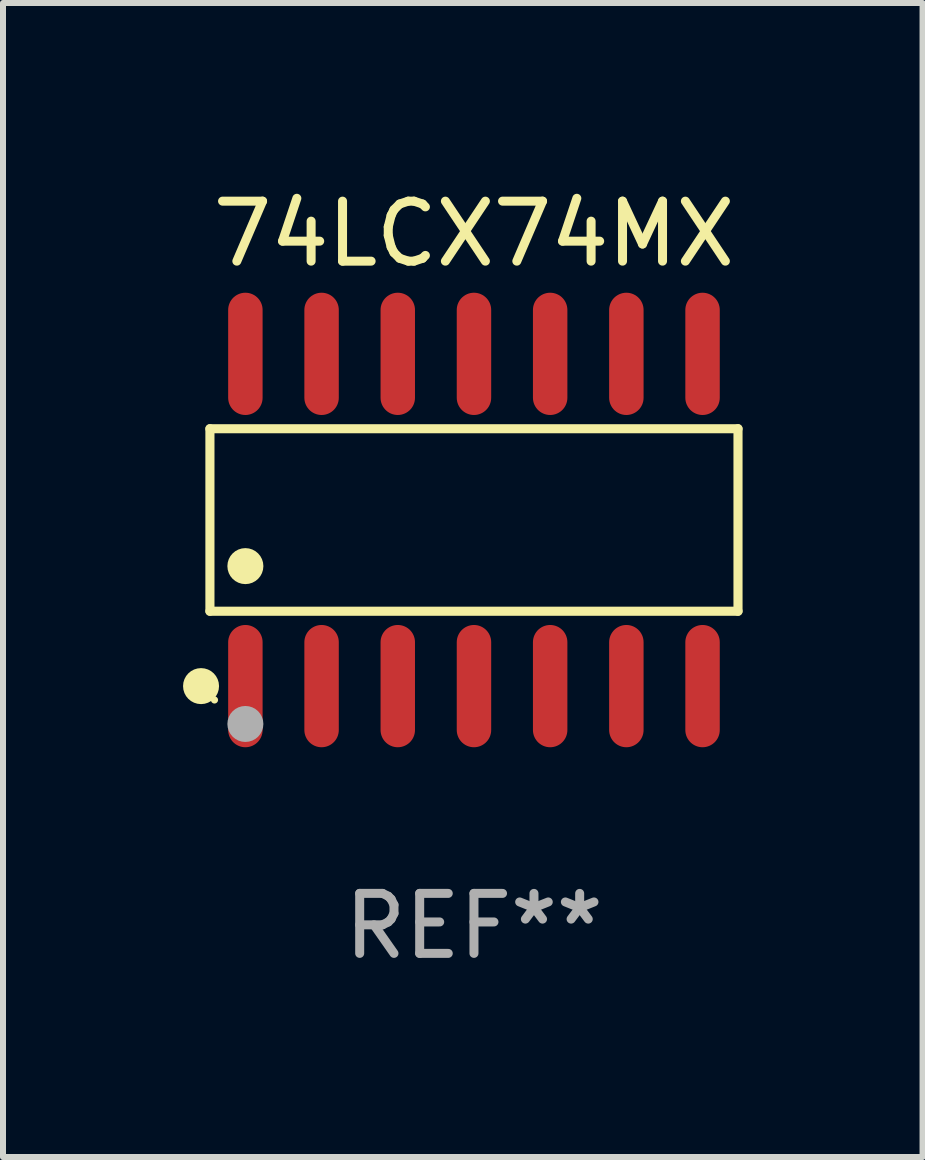
<source format=kicad_pcb>
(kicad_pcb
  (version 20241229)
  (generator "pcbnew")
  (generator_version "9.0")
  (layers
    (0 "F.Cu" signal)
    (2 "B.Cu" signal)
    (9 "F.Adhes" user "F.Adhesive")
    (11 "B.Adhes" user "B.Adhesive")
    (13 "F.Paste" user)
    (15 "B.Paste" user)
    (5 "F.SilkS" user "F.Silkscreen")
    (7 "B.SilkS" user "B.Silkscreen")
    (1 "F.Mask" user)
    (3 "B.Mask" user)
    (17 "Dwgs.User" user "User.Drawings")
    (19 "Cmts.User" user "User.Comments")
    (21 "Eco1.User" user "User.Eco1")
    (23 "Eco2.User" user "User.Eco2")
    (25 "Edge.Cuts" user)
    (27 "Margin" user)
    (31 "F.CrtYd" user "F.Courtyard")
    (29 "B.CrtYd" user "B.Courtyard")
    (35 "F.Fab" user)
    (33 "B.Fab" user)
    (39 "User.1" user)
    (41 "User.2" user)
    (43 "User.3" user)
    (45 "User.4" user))
  (footprint "74LCX74MX"
    (layer "F.Cu")
    (at 4.85 5.617)
    (property "Reference" "74LCX74MX" (at 0 -4.769 0) (layer "F.SilkS") (effects (font (size 1 1) (thickness 0.15))))
    (attr through_hole)
    (fp_line (start -4.401 -1.521) (end 4.401 -1.521) (stroke (width 0.152) (type solid)) (layer "F.SilkS"))
    (fp_line (start -4.401 1.521) (end -4.401 -1.521) (stroke (width 0.152) (type solid)) (layer "F.SilkS"))
    (fp_line (start 4.401 -1.521) (end 4.401 1.521) (stroke (width 0.152) (type solid)) (layer "F.SilkS"))
    (fp_line (start 4.401 1.521) (end -4.401 1.521) (stroke (width 0.152) (type solid)) (layer "F.SilkS"))
    (fp_circle (center -4.549 2.769) (end -4.399 2.769) (stroke (width 0.3) (type solid)) (fill no) (layer "F.SilkS"))
    (fp_circle (center -4.325 3) (end -4.295 3) (stroke (width 0.06) (type solid)) (fill no) (layer "F.SilkS"))
    (fp_circle (center -3.81 0.769) (end -3.66 0.769) (stroke (width 0.3) (type solid)) (fill no) (layer "F.SilkS"))
    (fp_circle (center -3.81 3.4) (end -3.66 3.4) (stroke (width 0.3) (type solid)) (fill no) (layer "F.Fab"))
    (fp_text user "REF**" (at 0 6.769 0) (layer "F.Fab") (effects (font (size 1 1) (thickness 0.15))))
    (pad "1" smd oval (at -3.81 2.769) (size 0.574 2.038) (layers "F.Cu" "F.Mask" "F.Paste"))
    (pad "2" smd oval (at -2.54 2.769) (size 0.574 2.038) (layers "F.Cu" "F.Mask" "F.Paste"))
    (pad "3" smd oval (at -1.27 2.769) (size 0.574 2.038) (layers "F.Cu" "F.Mask" "F.Paste"))
    (pad "4" smd oval (at 0 2.769) (size 0.574 2.038) (layers "F.Cu" "F.Mask" "F.Paste"))
    (pad "5" smd oval (at 1.27 2.769) (size 0.574 2.038) (layers "F.Cu" "F.Mask" "F.Paste"))
    (pad "6" smd oval (at 2.54 2.769) (size 0.574 2.038) (layers "F.Cu" "F.Mask" "F.Paste"))
    (pad "7" smd oval (at 3.81 2.769) (size 0.574 2.038) (layers "F.Cu" "F.Mask" "F.Paste"))
    (pad "8" smd oval (at 3.81 -2.769) (size 0.574 2.038) (layers "F.Cu" "F.Mask" "F.Paste"))
    (pad "9" smd oval (at 2.54 -2.769) (size 0.574 2.038) (layers "F.Cu" "F.Mask" "F.Paste"))
    (pad "10" smd oval (at 1.27 -2.769) (size 0.574 2.038) (layers "F.Cu" "F.Mask" "F.Paste"))
    (pad "11" smd oval (at 0 -2.769) (size 0.574 2.038) (layers "F.Cu" "F.Mask" "F.Paste"))
    (pad "12" smd oval (at -1.27 -2.769) (size 0.574 2.038) (layers "F.Cu" "F.Mask" "F.Paste"))
    (pad "13" smd oval (at -2.54 -2.769) (size 0.574 2.038) (layers "F.Cu" "F.Mask" "F.Paste"))
    (pad "14" smd oval (at -3.81 -2.769) (size 0.574 2.038) (layers "F.Cu" "F.Mask" "F.Paste")))
  (gr_rect
    (start -3 -3)
    (end 12.327 16.235)
    (stroke (width 0.1) (type default))
    (fill no)
    (layer "Edge.Cuts")))
</source>
